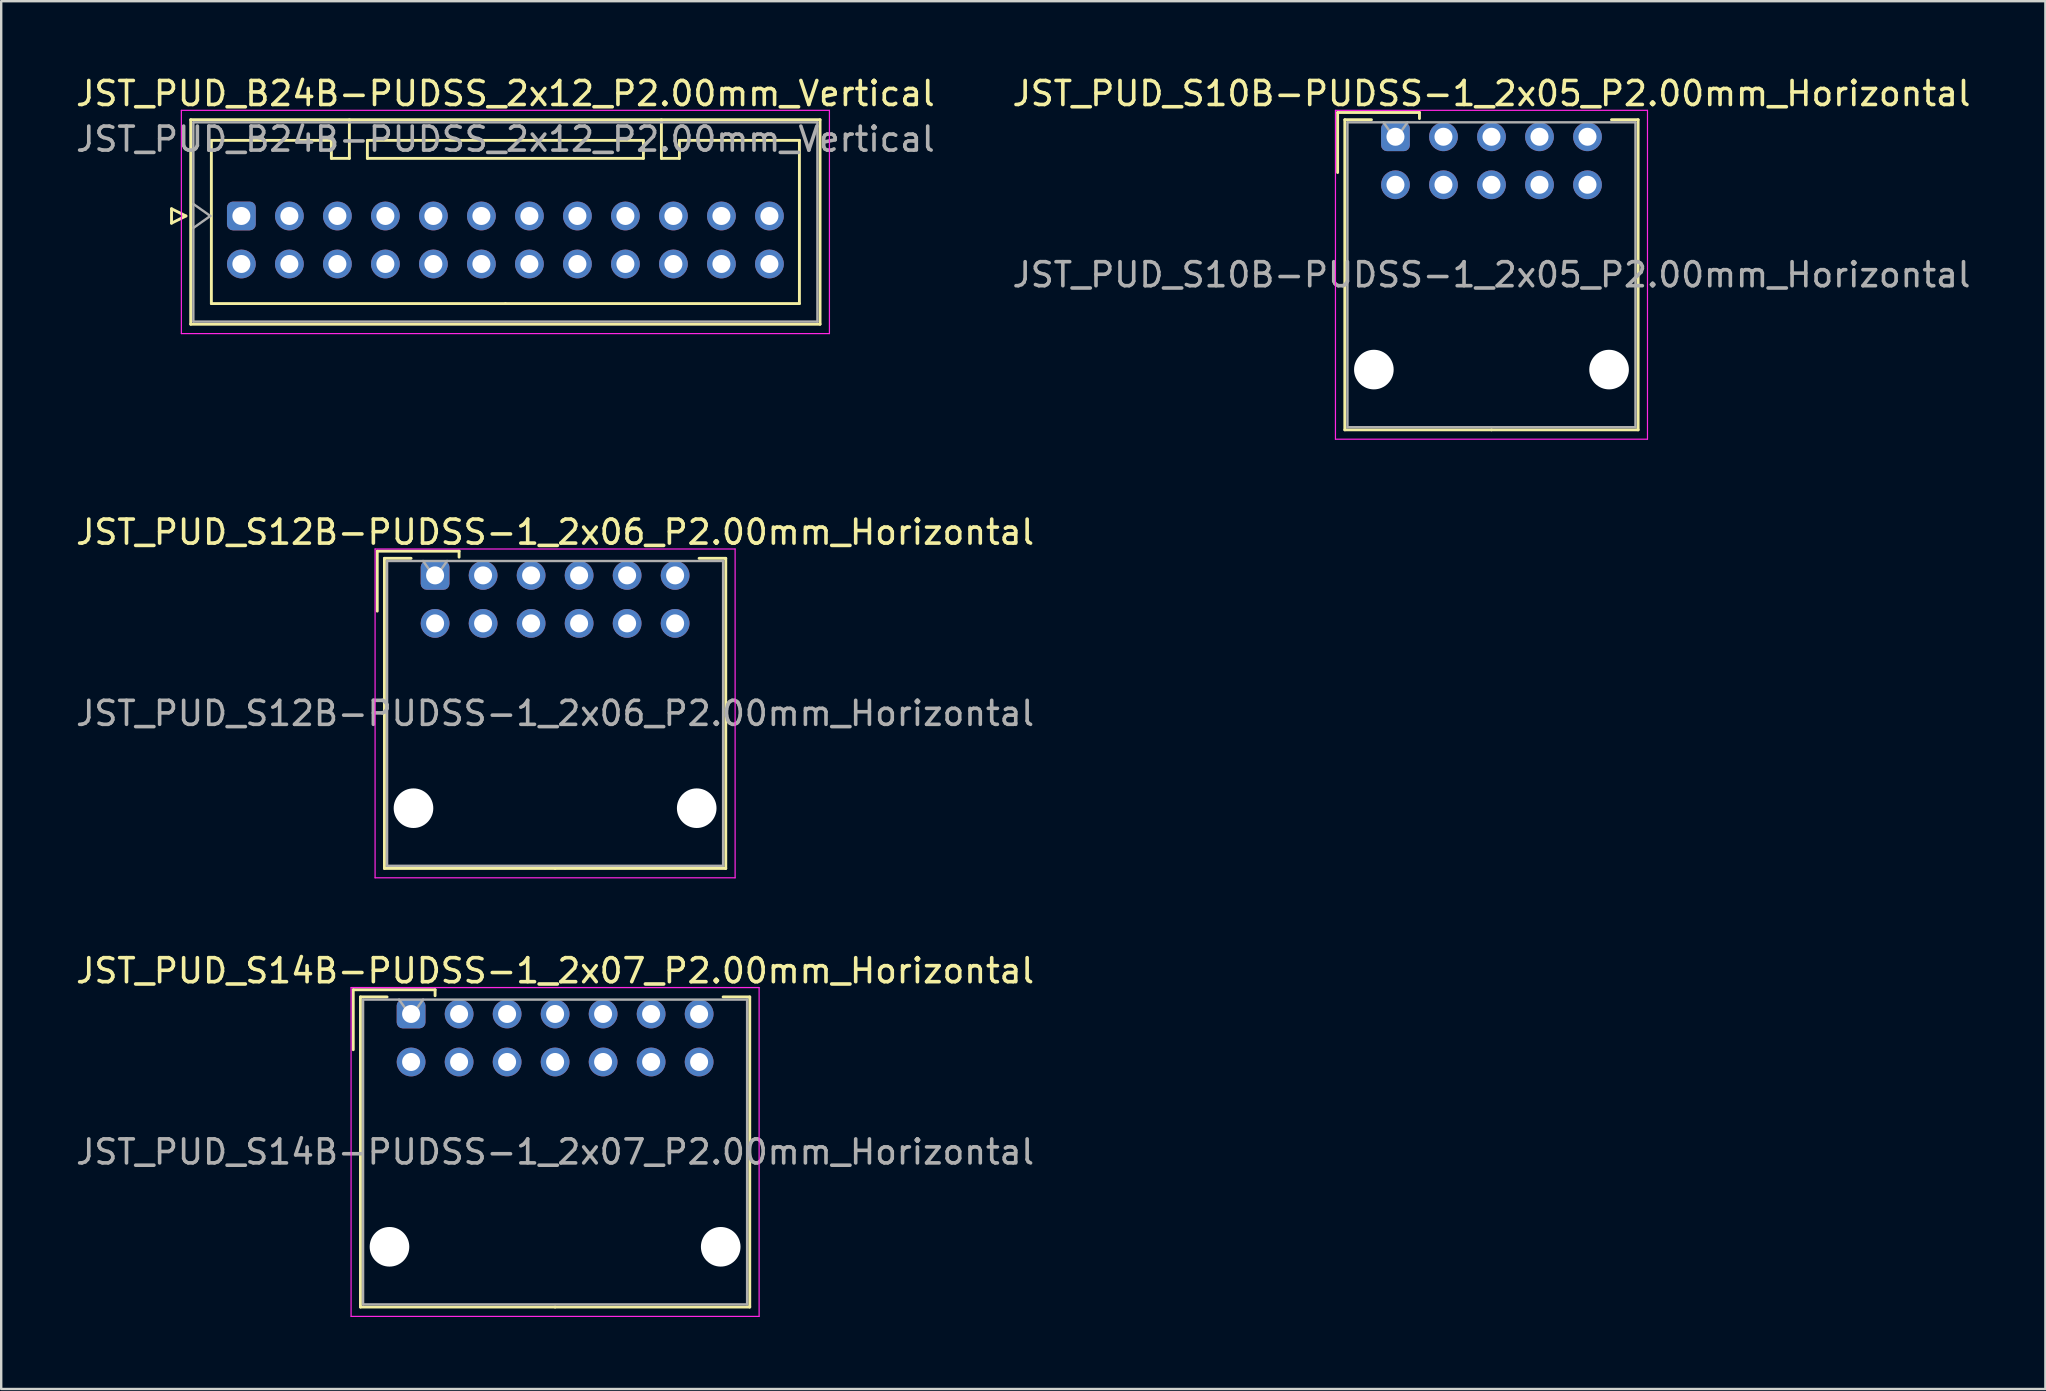
<source format=kicad_pcb>
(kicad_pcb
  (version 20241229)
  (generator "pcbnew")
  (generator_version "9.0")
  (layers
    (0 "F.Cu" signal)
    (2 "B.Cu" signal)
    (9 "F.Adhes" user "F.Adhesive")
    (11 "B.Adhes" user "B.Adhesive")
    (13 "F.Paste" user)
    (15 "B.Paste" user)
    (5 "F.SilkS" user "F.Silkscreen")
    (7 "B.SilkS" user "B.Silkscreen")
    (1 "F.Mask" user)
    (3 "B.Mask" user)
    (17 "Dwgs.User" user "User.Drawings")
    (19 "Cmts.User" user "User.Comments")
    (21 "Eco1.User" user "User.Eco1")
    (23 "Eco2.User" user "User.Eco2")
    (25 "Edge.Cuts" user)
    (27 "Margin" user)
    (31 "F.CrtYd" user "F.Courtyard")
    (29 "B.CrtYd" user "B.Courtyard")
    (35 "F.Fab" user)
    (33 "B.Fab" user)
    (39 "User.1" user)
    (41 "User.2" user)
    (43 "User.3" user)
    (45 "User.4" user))
  (footprint "JST_PUD_S12B-PUDSS-1_2x06_P2.00mm_Horizontal"
    (layer "F.Cu")
    (at 15.077 20.922)
    (property "Reference" "JST_PUD_S12B-PUDSS-1_2x06_P2.00mm_Horizontal" (at 5 -1.8 0) (layer "F.SilkS") (effects (font (size 1 1) (thickness 0.15))))
    (attr through_hole)
    (fp_line (start -2.41 -1.01) (end -2.41 1.49) (stroke (width 0.12) (type solid)) (layer "F.SilkS"))
    (fp_line (start -2.11 -0.71) (end -2.11 12.21) (stroke (width 0.12) (type solid)) (layer "F.SilkS"))
    (fp_line (start -2.11 12.21) (end 5 12.21) (stroke (width 0.12) (type solid)) (layer "F.SilkS"))
    (fp_line (start -1 -0.71) (end -2.11 -0.71) (stroke (width 0.12) (type solid)) (layer "F.SilkS"))
    (fp_line (start 1 -1.01) (end -2.41 -1.01) (stroke (width 0.12) (type solid)) (layer "F.SilkS"))
    (fp_line (start 1 -0.76) (end 1 -1.01) (stroke (width 0.12) (type solid)) (layer "F.SilkS"))
    (fp_line (start 11 -0.71) (end 12.11 -0.71) (stroke (width 0.12) (type solid)) (layer "F.SilkS"))
    (fp_line (start 12.11 -0.71) (end 12.11 12.21) (stroke (width 0.12) (type solid)) (layer "F.SilkS"))
    (fp_line (start 12.11 12.21) (end 5 12.21) (stroke (width 0.12) (type solid)) (layer "F.SilkS"))
    (fp_line (start -2.5 -1.1) (end -2.5 12.6) (stroke (width 0.05) (type solid)) (layer "F.CrtYd"))
    (fp_line (start -2.5 12.6) (end 12.5 12.6) (stroke (width 0.05) (type solid)) (layer "F.CrtYd"))
    (fp_line (start 12.5 -1.1) (end -2.5 -1.1) (stroke (width 0.05) (type solid)) (layer "F.CrtYd"))
    (fp_line (start 12.5 12.6) (end 12.5 -1.1) (stroke (width 0.05) (type solid)) (layer "F.CrtYd"))
    (fp_line (start -2 -0.6) (end -2 12.1) (stroke (width 0.1) (type solid)) (layer "F.Fab"))
    (fp_line (start -2 12.1) (end 12 12.1) (stroke (width 0.1) (type solid)) (layer "F.Fab"))
    (fp_line (start 0 0.107) (end -0.5 -0.6) (stroke (width 0.1) (type solid)) (layer "F.Fab"))
    (fp_line (start 0.5 -0.6) (end 0 0.107) (stroke (width 0.1) (type solid)) (layer "F.Fab"))
    (fp_line (start 12 -0.6) (end -2 -0.6) (stroke (width 0.1) (type solid)) (layer "F.Fab"))
    (fp_line (start 12 12.1) (end 12 -0.6) (stroke (width 0.1) (type solid)) (layer "F.Fab"))
    (fp_text user "${REFERENCE}" (at 5 5.75 0) (layer "F.Fab") (effects (font (size 1 1) (thickness 0.15))))
    (pad "" np_thru_hole circle (at -0.9 9.7) (size 1.65 1.65) (drill 1.65) (layers "*.Cu" "*.Mask"))
    (pad "" np_thru_hole circle (at 10.9 9.7) (size 1.65 1.65) (drill 1.65) (layers "*.Cu" "*.Mask"))
    (pad "1" thru_hole roundrect (at 0 0) (size 1.2 1.2) (drill 0.75) (layers "*.Cu" "*.Mask") (roundrect_rratio 0.208))
    (pad "2" thru_hole circle (at 0 2) (size 1.2 1.2) (drill 0.75) (layers "*.Cu" "*.Mask"))
    (pad "3" thru_hole circle (at 2 0) (size 1.2 1.2) (drill 0.75) (layers "*.Cu" "*.Mask"))
    (pad "4" thru_hole circle (at 2 2) (size 1.2 1.2) (drill 0.75) (layers "*.Cu" "*.Mask"))
    (pad "5" thru_hole circle (at 4 0) (size 1.2 1.2) (drill 0.75) (layers "*.Cu" "*.Mask"))
    (pad "6" thru_hole circle (at 4 2) (size 1.2 1.2) (drill 0.75) (layers "*.Cu" "*.Mask"))
    (pad "7" thru_hole circle (at 6 0) (size 1.2 1.2) (drill 0.75) (layers "*.Cu" "*.Mask"))
    (pad "8" thru_hole circle (at 6 2) (size 1.2 1.2) (drill 0.75) (layers "*.Cu" "*.Mask"))
    (pad "9" thru_hole circle (at 8 0) (size 1.2 1.2) (drill 0.75) (layers "*.Cu" "*.Mask"))
    (pad "10" thru_hole circle (at 8 2) (size 1.2 1.2) (drill 0.75) (layers "*.Cu" "*.Mask"))
    (pad "11" thru_hole circle (at 10 0) (size 1.2 1.2) (drill 0.75) (layers "*.Cu" "*.Mask"))
    (pad "12" thru_hole circle (at 10 2) (size 1.2 1.2) (drill 0.75) (layers "*.Cu" "*.Mask")))
  (footprint "JST_PUD_B24B-PUDSS_2x12_P2.00mm_Vertical"
    (layer "F.Cu")
    (at 7.006 5.948)
    (property "Reference" "JST_PUD_B24B-PUDSS_2x12_P2.00mm_Vertical" (at 11 -5.1 0) (layer "F.SilkS") (effects (font (size 1 1) (thickness 0.15))))
    (attr through_hole)
    (fp_line (start -2.91 -0.3) (end -2.31 0) (stroke (width 0.12) (type solid)) (layer "F.SilkS"))
    (fp_line (start -2.91 0.3) (end -2.91 -0.3) (stroke (width 0.12) (type solid)) (layer "F.SilkS"))
    (fp_line (start -2.31 0) (end -2.91 0.3) (stroke (width 0.12) (type solid)) (layer "F.SilkS"))
    (fp_line (start -2.11 -4.01) (end -2.11 4.51) (stroke (width 0.12) (type solid)) (layer "F.SilkS"))
    (fp_line (start -2.11 4.51) (end 24.11 4.51) (stroke (width 0.12) (type solid)) (layer "F.SilkS"))
    (fp_line (start -1.25 -3.15) (end -1.25 3.65) (stroke (width 0.12) (type solid)) (layer "F.SilkS"))
    (fp_line (start -1.25 3.65) (end 11 3.65) (stroke (width 0.12) (type solid)) (layer "F.SilkS"))
    (fp_line (start 3.75 -3.15) (end -1.25 -3.15) (stroke (width 0.12) (type solid)) (layer "F.SilkS"))
    (fp_line (start 3.75 -2.4) (end 3.75 -3.15) (stroke (width 0.12) (type solid)) (layer "F.SilkS"))
    (fp_line (start 4.5 -4.01) (end 4.5 -2.4) (stroke (width 0.12) (type solid)) (layer "F.SilkS"))
    (fp_line (start 4.5 -2.4) (end 3.75 -2.4) (stroke (width 0.12) (type solid)) (layer "F.SilkS"))
    (fp_line (start 5.25 -3.15) (end 5.25 -2.4) (stroke (width 0.12) (type solid)) (layer "F.SilkS"))
    (fp_line (start 5.25 -2.4) (end 16.75 -2.4) (stroke (width 0.12) (type solid)) (layer "F.SilkS"))
    (fp_line (start 16.75 -3.15) (end 5.25 -3.15) (stroke (width 0.12) (type solid)) (layer "F.SilkS"))
    (fp_line (start 16.75 -2.4) (end 16.75 -3.15) (stroke (width 0.12) (type solid)) (layer "F.SilkS"))
    (fp_line (start 17.5 -4.01) (end 17.5 -2.4) (stroke (width 0.12) (type solid)) (layer "F.SilkS"))
    (fp_line (start 17.5 -2.4) (end 18.25 -2.4) (stroke (width 0.12) (type solid)) (layer "F.SilkS"))
    (fp_line (start 18.25 -3.15) (end 23.25 -3.15) (stroke (width 0.12) (type solid)) (layer "F.SilkS"))
    (fp_line (start 18.25 -2.4) (end 18.25 -3.15) (stroke (width 0.12) (type solid)) (layer "F.SilkS"))
    (fp_line (start 23.25 -3.15) (end 23.25 3.65) (stroke (width 0.12) (type solid)) (layer "F.SilkS"))
    (fp_line (start 23.25 3.65) (end 11 3.65) (stroke (width 0.12) (type solid)) (layer "F.SilkS"))
    (fp_line (start 24.11 -4.01) (end -2.11 -4.01) (stroke (width 0.12) (type solid)) (layer "F.SilkS"))
    (fp_line (start 24.11 4.51) (end 24.11 -4.01) (stroke (width 0.12) (type solid)) (layer "F.SilkS"))
    (fp_line (start -2.5 -4.4) (end -2.5 4.9) (stroke (width 0.05) (type solid)) (layer "F.CrtYd"))
    (fp_line (start -2.5 4.9) (end 24.5 4.9) (stroke (width 0.05) (type solid)) (layer "F.CrtYd"))
    (fp_line (start 24.5 -4.4) (end -2.5 -4.4) (stroke (width 0.05) (type solid)) (layer "F.CrtYd"))
    (fp_line (start 24.5 4.9) (end 24.5 -4.4) (stroke (width 0.05) (type solid)) (layer "F.CrtYd"))
    (fp_line (start -2 -3.9) (end -2 4.4) (stroke (width 0.1) (type solid)) (layer "F.Fab"))
    (fp_line (start -2 0.5) (end -1.293 0) (stroke (width 0.1) (type solid)) (layer "F.Fab"))
    (fp_line (start -2 4.4) (end 24 4.4) (stroke (width 0.1) (type solid)) (layer "F.Fab"))
    (fp_line (start -1.293 0) (end -2 -0.5) (stroke (width 0.1) (type solid)) (layer "F.Fab"))
    (fp_line (start 24 -3.9) (end -2 -3.9) (stroke (width 0.1) (type solid)) (layer "F.Fab"))
    (fp_line (start 24 4.4) (end 24 -3.9) (stroke (width 0.1) (type solid)) (layer "F.Fab"))
    (fp_text user "${REFERENCE}" (at 11 -3.2 0) (layer "F.Fab") (effects (font (size 1 1) (thickness 0.15))))
    (pad "1" thru_hole roundrect (at 0 0) (size 1.2 1.2) (drill 0.75) (layers "*.Cu" "*.Mask") (roundrect_rratio 0.208))
    (pad "2" thru_hole circle (at 0 2) (size 1.2 1.2) (drill 0.75) (layers "*.Cu" "*.Mask"))
    (pad "3" thru_hole circle (at 2 0) (size 1.2 1.2) (drill 0.75) (layers "*.Cu" "*.Mask"))
    (pad "4" thru_hole circle (at 2 2) (size 1.2 1.2) (drill 0.75) (layers "*.Cu" "*.Mask"))
    (pad "5" thru_hole circle (at 4 0) (size 1.2 1.2) (drill 0.75) (layers "*.Cu" "*.Mask"))
    (pad "6" thru_hole circle (at 4 2) (size 1.2 1.2) (drill 0.75) (layers "*.Cu" "*.Mask"))
    (pad "7" thru_hole circle (at 6 0) (size 1.2 1.2) (drill 0.75) (layers "*.Cu" "*.Mask"))
    (pad "8" thru_hole circle (at 6 2) (size 1.2 1.2) (drill 0.75) (layers "*.Cu" "*.Mask"))
    (pad "9" thru_hole circle (at 8 0) (size 1.2 1.2) (drill 0.75) (layers "*.Cu" "*.Mask"))
    (pad "10" thru_hole circle (at 8 2) (size 1.2 1.2) (drill 0.75) (layers "*.Cu" "*.Mask"))
    (pad "11" thru_hole circle (at 10 0) (size 1.2 1.2) (drill 0.75) (layers "*.Cu" "*.Mask"))
    (pad "12" thru_hole circle (at 10 2) (size 1.2 1.2) (drill 0.75) (layers "*.Cu" "*.Mask"))
    (pad "13" thru_hole circle (at 12 0) (size 1.2 1.2) (drill 0.75) (layers "*.Cu" "*.Mask"))
    (pad "14" thru_hole circle (at 12 2) (size 1.2 1.2) (drill 0.75) (layers "*.Cu" "*.Mask"))
    (pad "15" thru_hole circle (at 14 0) (size 1.2 1.2) (drill 0.75) (layers "*.Cu" "*.Mask"))
    (pad "16" thru_hole circle (at 14 2) (size 1.2 1.2) (drill 0.75) (layers "*.Cu" "*.Mask"))
    (pad "17" thru_hole circle (at 16 0) (size 1.2 1.2) (drill 0.75) (layers "*.Cu" "*.Mask"))
    (pad "18" thru_hole circle (at 16 2) (size 1.2 1.2) (drill 0.75) (layers "*.Cu" "*.Mask"))
    (pad "19" thru_hole circle (at 18 0) (size 1.2 1.2) (drill 0.75) (layers "*.Cu" "*.Mask"))
    (pad "20" thru_hole circle (at 18 2) (size 1.2 1.2) (drill 0.75) (layers "*.Cu" "*.Mask"))
    (pad "21" thru_hole circle (at 20 0) (size 1.2 1.2) (drill 0.75) (layers "*.Cu" "*.Mask"))
    (pad "22" thru_hole circle (at 20 2) (size 1.2 1.2) (drill 0.75) (layers "*.Cu" "*.Mask"))
    (pad "23" thru_hole circle (at 22 0) (size 1.2 1.2) (drill 0.75) (layers "*.Cu" "*.Mask"))
    (pad "24" thru_hole circle (at 22 2) (size 1.2 1.2) (drill 0.75) (layers "*.Cu" "*.Mask")))
  (footprint "JST_PUD_S10B-PUDSS-1_2x05_P2.00mm_Horizontal"
    (layer "F.Cu")
    (at 55.089 2.648)
    (property "Reference" "JST_PUD_S10B-PUDSS-1_2x05_P2.00mm_Horizontal" (at 4 -1.8 0) (layer "F.SilkS") (effects (font (size 1 1) (thickness 0.15))))
    (attr through_hole)
    (fp_line (start -2.41 -1.01) (end -2.41 1.49) (stroke (width 0.12) (type solid)) (layer "F.SilkS"))
    (fp_line (start -2.11 -0.71) (end -2.11 12.21) (stroke (width 0.12) (type solid)) (layer "F.SilkS"))
    (fp_line (start -2.11 12.21) (end 4 12.21) (stroke (width 0.12) (type solid)) (layer "F.SilkS"))
    (fp_line (start -1 -0.71) (end -2.11 -0.71) (stroke (width 0.12) (type solid)) (layer "F.SilkS"))
    (fp_line (start 1 -1.01) (end -2.41 -1.01) (stroke (width 0.12) (type solid)) (layer "F.SilkS"))
    (fp_line (start 1 -0.76) (end 1 -1.01) (stroke (width 0.12) (type solid)) (layer "F.SilkS"))
    (fp_line (start 9 -0.71) (end 10.11 -0.71) (stroke (width 0.12) (type solid)) (layer "F.SilkS"))
    (fp_line (start 10.11 -0.71) (end 10.11 12.21) (stroke (width 0.12) (type solid)) (layer "F.SilkS"))
    (fp_line (start 10.11 12.21) (end 4 12.21) (stroke (width 0.12) (type solid)) (layer "F.SilkS"))
    (fp_line (start -2.5 -1.1) (end -2.5 12.6) (stroke (width 0.05) (type solid)) (layer "F.CrtYd"))
    (fp_line (start -2.5 12.6) (end 10.5 12.6) (stroke (width 0.05) (type solid)) (layer "F.CrtYd"))
    (fp_line (start 10.5 -1.1) (end -2.5 -1.1) (stroke (width 0.05) (type solid)) (layer "F.CrtYd"))
    (fp_line (start 10.5 12.6) (end 10.5 -1.1) (stroke (width 0.05) (type solid)) (layer "F.CrtYd"))
    (fp_line (start -2 -0.6) (end -2 12.1) (stroke (width 0.1) (type solid)) (layer "F.Fab"))
    (fp_line (start -2 12.1) (end 10 12.1) (stroke (width 0.1) (type solid)) (layer "F.Fab"))
    (fp_line (start 0 0.107) (end -0.5 -0.6) (stroke (width 0.1) (type solid)) (layer "F.Fab"))
    (fp_line (start 0.5 -0.6) (end 0 0.107) (stroke (width 0.1) (type solid)) (layer "F.Fab"))
    (fp_line (start 10 -0.6) (end -2 -0.6) (stroke (width 0.1) (type solid)) (layer "F.Fab"))
    (fp_line (start 10 12.1) (end 10 -0.6) (stroke (width 0.1) (type solid)) (layer "F.Fab"))
    (fp_text user "${REFERENCE}" (at 4 5.75 0) (layer "F.Fab") (effects (font (size 1 1) (thickness 0.15))))
    (pad "" np_thru_hole circle (at -0.9 9.7) (size 1.65 1.65) (drill 1.65) (layers "*.Cu" "*.Mask"))
    (pad "" np_thru_hole circle (at 8.9 9.7) (size 1.65 1.65) (drill 1.65) (layers "*.Cu" "*.Mask"))
    (pad "1" thru_hole roundrect (at 0 0) (size 1.2 1.2) (drill 0.75) (layers "*.Cu" "*.Mask") (roundrect_rratio 0.208))
    (pad "2" thru_hole circle (at 0 2) (size 1.2 1.2) (drill 0.75) (layers "*.Cu" "*.Mask"))
    (pad "3" thru_hole circle (at 2 0) (size 1.2 1.2) (drill 0.75) (layers "*.Cu" "*.Mask"))
    (pad "4" thru_hole circle (at 2 2) (size 1.2 1.2) (drill 0.75) (layers "*.Cu" "*.Mask"))
    (pad "5" thru_hole circle (at 4 0) (size 1.2 1.2) (drill 0.75) (layers "*.Cu" "*.Mask"))
    (pad "6" thru_hole circle (at 4 2) (size 1.2 1.2) (drill 0.75) (layers "*.Cu" "*.Mask"))
    (pad "7" thru_hole circle (at 6 0) (size 1.2 1.2) (drill 0.75) (layers "*.Cu" "*.Mask"))
    (pad "8" thru_hole circle (at 6 2) (size 1.2 1.2) (drill 0.75) (layers "*.Cu" "*.Mask"))
    (pad "9" thru_hole circle (at 8 0) (size 1.2 1.2) (drill 0.75) (layers "*.Cu" "*.Mask"))
    (pad "10" thru_hole circle (at 8 2) (size 1.2 1.2) (drill 0.75) (layers "*.Cu" "*.Mask")))
  (footprint "JST_PUD_S14B-PUDSS-1_2x07_P2.00mm_Horizontal"
    (layer "F.Cu")
    (at 14.077 39.195)
    (property "Reference" "JST_PUD_S14B-PUDSS-1_2x07_P2.00mm_Horizontal" (at 6 -1.8 0) (layer "F.SilkS") (effects (font (size 1 1) (thickness 0.15))))
    (attr through_hole)
    (fp_line (start -2.41 -1.01) (end -2.41 1.49) (stroke (width 0.12) (type solid)) (layer "F.SilkS"))
    (fp_line (start -2.11 -0.71) (end -2.11 12.21) (stroke (width 0.12) (type solid)) (layer "F.SilkS"))
    (fp_line (start -2.11 12.21) (end 6 12.21) (stroke (width 0.12) (type solid)) (layer "F.SilkS"))
    (fp_line (start -1 -0.71) (end -2.11 -0.71) (stroke (width 0.12) (type solid)) (layer "F.SilkS"))
    (fp_line (start 1 -1.01) (end -2.41 -1.01) (stroke (width 0.12) (type solid)) (layer "F.SilkS"))
    (fp_line (start 1 -0.76) (end 1 -1.01) (stroke (width 0.12) (type solid)) (layer "F.SilkS"))
    (fp_line (start 13 -0.71) (end 14.11 -0.71) (stroke (width 0.12) (type solid)) (layer "F.SilkS"))
    (fp_line (start 14.11 -0.71) (end 14.11 12.21) (stroke (width 0.12) (type solid)) (layer "F.SilkS"))
    (fp_line (start 14.11 12.21) (end 6 12.21) (stroke (width 0.12) (type solid)) (layer "F.SilkS"))
    (fp_line (start -2.5 -1.1) (end -2.5 12.6) (stroke (width 0.05) (type solid)) (layer "F.CrtYd"))
    (fp_line (start -2.5 12.6) (end 14.5 12.6) (stroke (width 0.05) (type solid)) (layer "F.CrtYd"))
    (fp_line (start 14.5 -1.1) (end -2.5 -1.1) (stroke (width 0.05) (type solid)) (layer "F.CrtYd"))
    (fp_line (start 14.5 12.6) (end 14.5 -1.1) (stroke (width 0.05) (type solid)) (layer "F.CrtYd"))
    (fp_line (start -2 -0.6) (end -2 12.1) (stroke (width 0.1) (type solid)) (layer "F.Fab"))
    (fp_line (start -2 12.1) (end 14 12.1) (stroke (width 0.1) (type solid)) (layer "F.Fab"))
    (fp_line (start 0 0.107) (end -0.5 -0.6) (stroke (width 0.1) (type solid)) (layer "F.Fab"))
    (fp_line (start 0.5 -0.6) (end 0 0.107) (stroke (width 0.1) (type solid)) (layer "F.Fab"))
    (fp_line (start 14 -0.6) (end -2 -0.6) (stroke (width 0.1) (type solid)) (layer "F.Fab"))
    (fp_line (start 14 12.1) (end 14 -0.6) (stroke (width 0.1) (type solid)) (layer "F.Fab"))
    (fp_text user "${REFERENCE}" (at 6 5.75 0) (layer "F.Fab") (effects (font (size 1 1) (thickness 0.15))))
    (pad "" np_thru_hole circle (at -0.9 9.7) (size 1.65 1.65) (drill 1.65) (layers "*.Cu" "*.Mask"))
    (pad "" np_thru_hole circle (at 12.9 9.7) (size 1.65 1.65) (drill 1.65) (layers "*.Cu" "*.Mask"))
    (pad "1" thru_hole roundrect (at 0 0) (size 1.2 1.2) (drill 0.75) (layers "*.Cu" "*.Mask") (roundrect_rratio 0.208))
    (pad "2" thru_hole circle (at 0 2) (size 1.2 1.2) (drill 0.75) (layers "*.Cu" "*.Mask"))
    (pad "3" thru_hole circle (at 2 0) (size 1.2 1.2) (drill 0.75) (layers "*.Cu" "*.Mask"))
    (pad "4" thru_hole circle (at 2 2) (size 1.2 1.2) (drill 0.75) (layers "*.Cu" "*.Mask"))
    (pad "5" thru_hole circle (at 4 0) (size 1.2 1.2) (drill 0.75) (layers "*.Cu" "*.Mask"))
    (pad "6" thru_hole circle (at 4 2) (size 1.2 1.2) (drill 0.75) (layers "*.Cu" "*.Mask"))
    (pad "7" thru_hole circle (at 6 0) (size 1.2 1.2) (drill 0.75) (layers "*.Cu" "*.Mask"))
    (pad "8" thru_hole circle (at 6 2) (size 1.2 1.2) (drill 0.75) (layers "*.Cu" "*.Mask"))
    (pad "9" thru_hole circle (at 8 0) (size 1.2 1.2) (drill 0.75) (layers "*.Cu" "*.Mask"))
    (pad "10" thru_hole circle (at 8 2) (size 1.2 1.2) (drill 0.75) (layers "*.Cu" "*.Mask"))
    (pad "11" thru_hole circle (at 10 0) (size 1.2 1.2) (drill 0.75) (layers "*.Cu" "*.Mask"))
    (pad "12" thru_hole circle (at 10 2) (size 1.2 1.2) (drill 0.75) (layers "*.Cu" "*.Mask"))
    (pad "13" thru_hole circle (at 12 0) (size 1.2 1.2) (drill 0.75) (layers "*.Cu" "*.Mask"))
    (pad "14" thru_hole circle (at 12 2) (size 1.2 1.2) (drill 0.75) (layers "*.Cu" "*.Mask")))
  (gr_rect
    (start -3 -3)
    (end 82.167 54.82)
    (stroke (width 0.1) (type default))
    (fill no)
    (layer "Edge.Cuts")))
</source>
